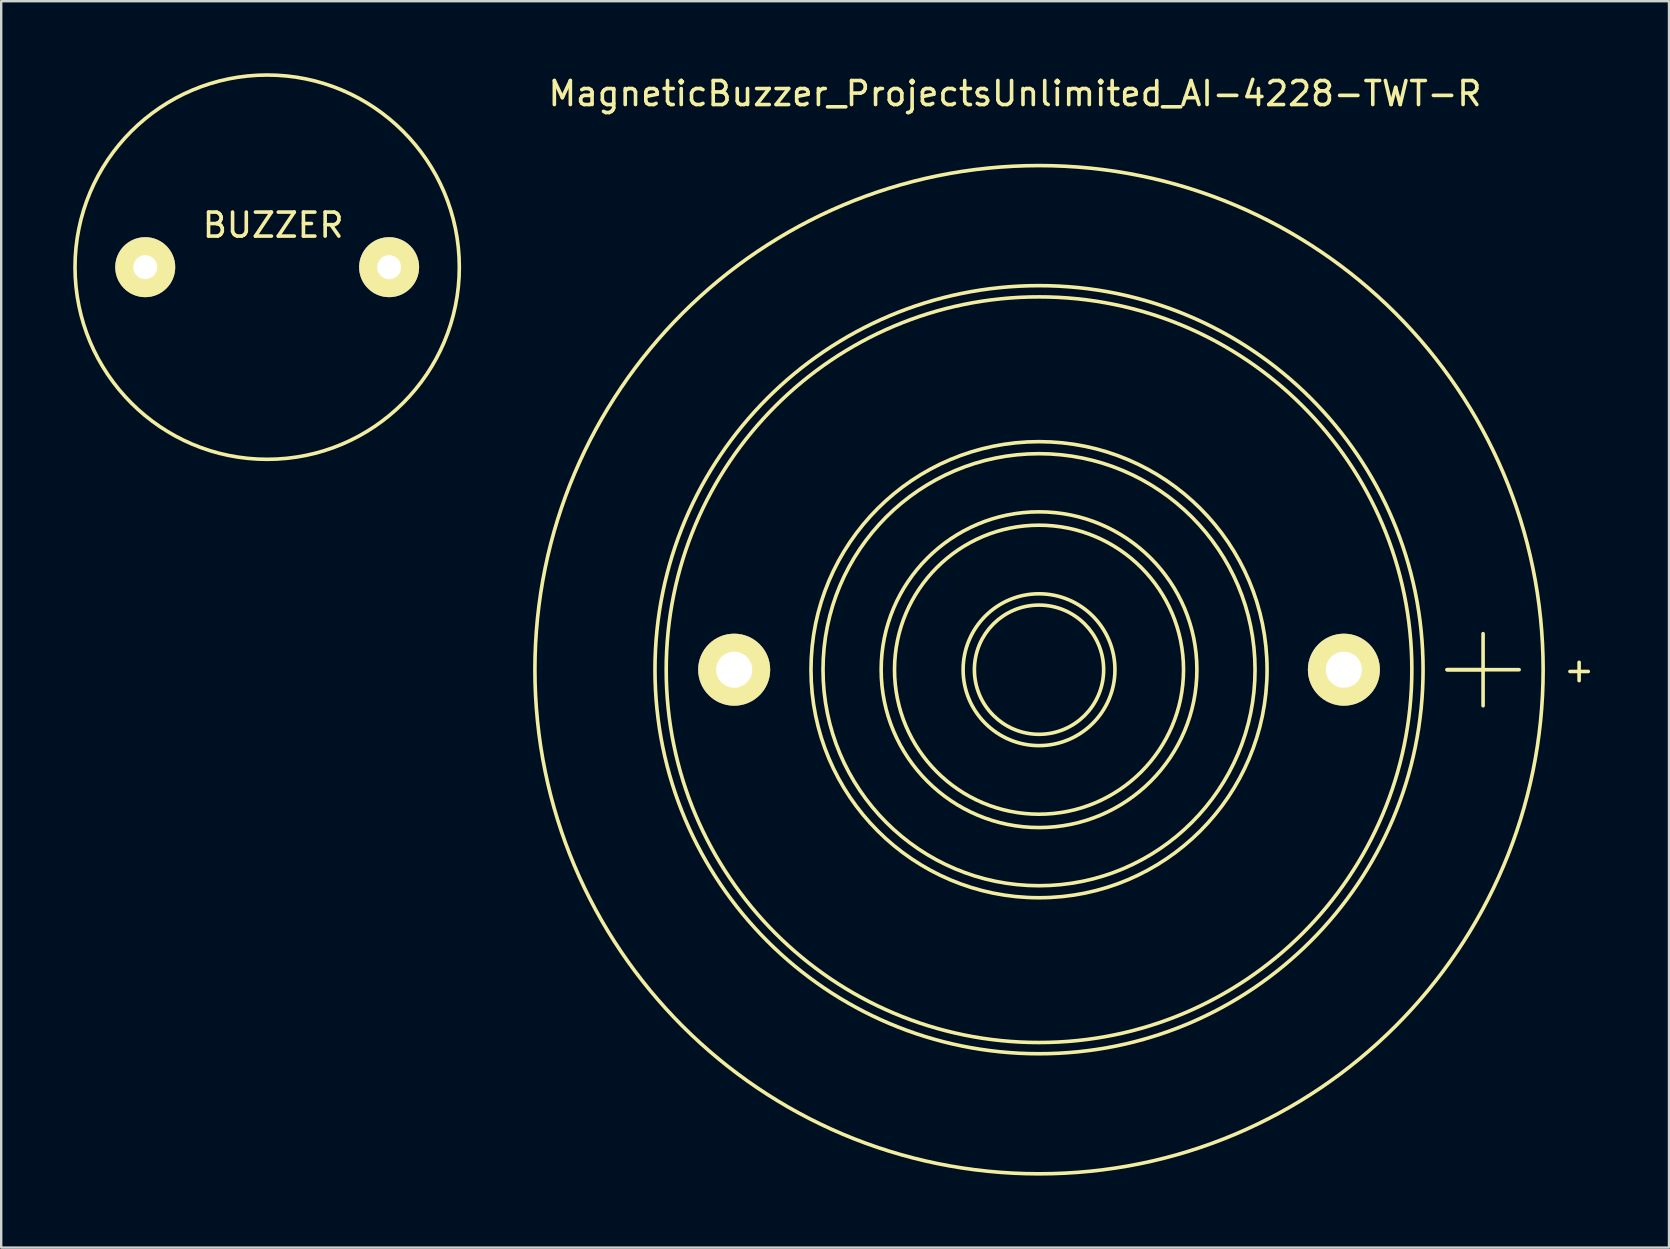
<source format=kicad_pcb>
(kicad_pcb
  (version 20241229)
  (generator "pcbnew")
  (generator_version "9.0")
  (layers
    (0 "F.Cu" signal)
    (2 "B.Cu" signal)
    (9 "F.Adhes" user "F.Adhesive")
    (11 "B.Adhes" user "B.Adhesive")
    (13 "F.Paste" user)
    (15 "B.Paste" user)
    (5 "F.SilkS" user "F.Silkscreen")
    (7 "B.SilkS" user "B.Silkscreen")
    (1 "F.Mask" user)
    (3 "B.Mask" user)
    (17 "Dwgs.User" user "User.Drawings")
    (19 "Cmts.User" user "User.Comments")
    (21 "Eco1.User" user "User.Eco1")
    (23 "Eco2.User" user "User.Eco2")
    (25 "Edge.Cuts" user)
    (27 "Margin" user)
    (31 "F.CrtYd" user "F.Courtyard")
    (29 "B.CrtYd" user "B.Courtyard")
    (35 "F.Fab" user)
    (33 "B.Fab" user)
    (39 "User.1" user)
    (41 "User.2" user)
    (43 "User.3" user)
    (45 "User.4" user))
  (footprint "BUZZER"
    (layer "F.Cu")
    (at 8.08 8.08)
    (property "Reference" "BUZZER" (at 0.249 -1.75 0) (layer "F.SilkS") (effects (font (size 1 1) (thickness 0.15))))
    (attr through_hole)
    (fp_circle (center 0 0) (end 8.001 0.249) (stroke (width 0.15) (type solid)) (fill no) (layer "F.SilkS"))
    (pad "1" thru_hole circle (at -5.08 0) (size 2.499 2.499) (drill 1.001) (layers "*.Cu" "*.Mask" "F.SilkS"))
    (pad "2" thru_hole circle (at 5.08 0) (size 2.499 2.499) (drill 1.001) (layers "*.Cu" "*.Mask" "F.SilkS")))
  (footprint "MagneticBuzzer_ProjectsUnlimited_AI-4228-TWT-R"
    (layer "F.Cu")
    (at 27.535 24.849)
    (property "Reference" "MagneticBuzzer_ProjectsUnlimited_AI-4228-TWT-R" (at 11.699 -24 0) (layer "F.SilkS") (effects (font (size 1 1) (thickness 0.15))))
    (attr through_hole)
    (fp_line (start 29.7 0) (end 32.7 0) (stroke (width 0.15) (type solid)) (layer "F.SilkS"))
    (fp_line (start 31.199 0) (end 29.7 0) (stroke (width 0.15) (type solid)) (layer "F.SilkS"))
    (fp_line (start 31.199 0) (end 31.199 -1.501) (stroke (width 0.15) (type solid)) (layer "F.SilkS"))
    (fp_line (start 31.199 0) (end 31.199 1.501) (stroke (width 0.15) (type solid)) (layer "F.SilkS"))
    (fp_circle (center 12.7 0) (end 15.199 1.001) (stroke (width 0.15) (type solid)) (fill no) (layer "F.SilkS"))
    (fp_circle (center 12.7 0) (end 15.7 1.001) (stroke (width 0.15) (type solid)) (fill no) (layer "F.SilkS"))
    (fp_circle (center 12.7 0) (end 18.699 0.5) (stroke (width 0.15) (type solid)) (fill no) (layer "F.SilkS"))
    (fp_circle (center 12.7 0) (end 19.2 1.001) (stroke (width 0.15) (type solid)) (fill no) (layer "F.SilkS"))
    (fp_circle (center 12.7 0) (end 21.699 0) (stroke (width 0.15) (type solid)) (fill no) (layer "F.SilkS"))
    (fp_circle (center 12.7 0) (end 22.2 0) (stroke (width 0.15) (type solid)) (fill no) (layer "F.SilkS"))
    (fp_circle (center 12.7 0) (end 28.199 1.001) (stroke (width 0.15) (type solid)) (fill no) (layer "F.SilkS"))
    (fp_circle (center 12.7 0) (end 28.699 0) (stroke (width 0.15) (type solid)) (fill no) (layer "F.SilkS"))
    (fp_circle (center 12.7 0) (end 33.701 0) (stroke (width 0.15) (type solid)) (fill no) (layer "F.SilkS"))
    (fp_text user "+" (at 35.199 0 0) (layer "F.SilkS") (effects (font (size 1 1) (thickness 0.15))))
    (pad "1" thru_hole circle (at 0 0) (size 3 3) (drill 1.501) (layers "*.Cu" "*.Mask" "F.SilkS"))
    (pad "2" thru_hole circle (at 25.4 0) (size 3 3) (drill 1.501) (layers "*.Cu" "*.Mask" "F.SilkS")))
  (gr_rect
    (start -3 -3)
    (end 66.479 48.924)
    (stroke (width 0.1) (type default))
    (fill no)
    (layer "Edge.Cuts")))
</source>
